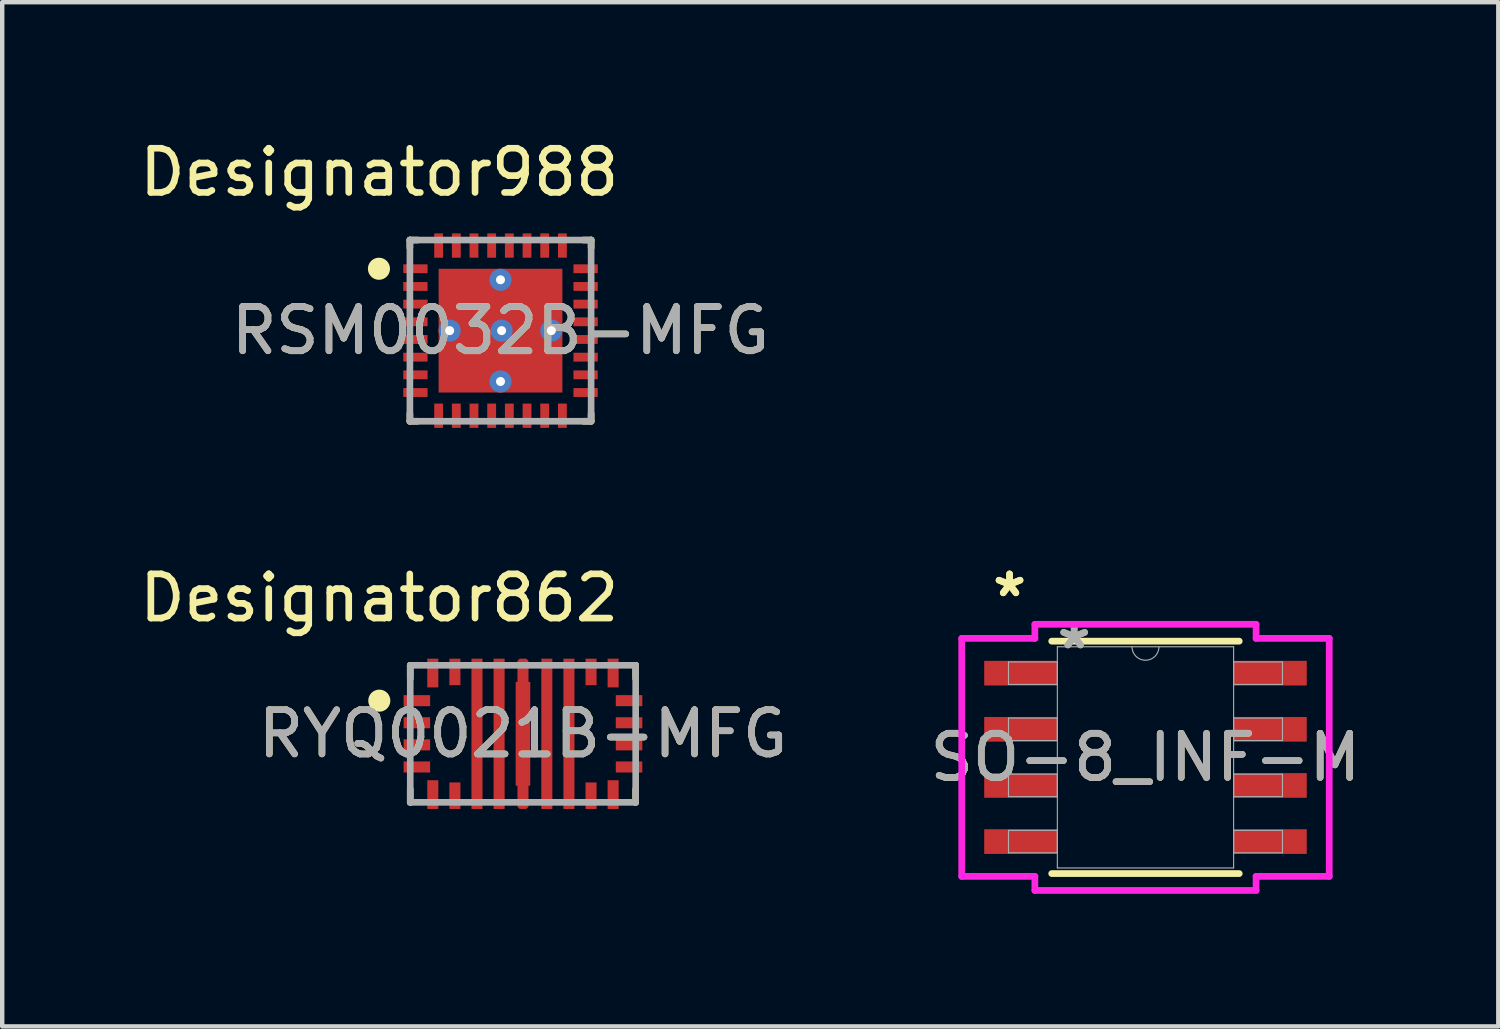
<source format=kicad_pcb>
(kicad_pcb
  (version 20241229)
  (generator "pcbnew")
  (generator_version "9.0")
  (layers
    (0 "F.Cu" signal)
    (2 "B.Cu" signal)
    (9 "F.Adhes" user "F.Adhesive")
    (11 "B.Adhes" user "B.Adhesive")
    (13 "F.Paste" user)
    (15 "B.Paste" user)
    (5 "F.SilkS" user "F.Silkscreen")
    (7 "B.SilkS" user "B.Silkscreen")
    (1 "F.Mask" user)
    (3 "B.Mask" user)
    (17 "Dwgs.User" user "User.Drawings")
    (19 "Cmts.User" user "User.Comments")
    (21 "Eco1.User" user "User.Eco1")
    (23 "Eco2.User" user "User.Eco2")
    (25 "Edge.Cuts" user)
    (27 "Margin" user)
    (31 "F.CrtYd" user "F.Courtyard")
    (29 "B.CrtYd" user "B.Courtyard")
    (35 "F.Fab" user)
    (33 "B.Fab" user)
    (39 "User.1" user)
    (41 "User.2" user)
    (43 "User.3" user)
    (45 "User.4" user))
  (footprint "SO-8_INF-M"
    (layer "F.Cu")
    (at 22.864 14.084)
    (property "Reference" "SO-8_INF-M" (at 0 0 0) (unlocked yes) (layer "F.SilkS") (effects (font (size 1 1) (thickness 0.15))))
    (attr smd)
    (fp_line (start -2.121 2.629) (end 2.121 2.629) (stroke (width 0.152) (type solid)) (layer "F.SilkS"))
    (fp_line (start 2.121 -2.629) (end -2.121 -2.629) (stroke (width 0.152) (type solid)) (layer "F.SilkS"))
    (fp_line (start -4.157 -2.692) (end -2.502 -2.692) (stroke (width 0.152) (type solid)) (layer "F.CrtYd"))
    (fp_line (start -4.157 2.692) (end -4.157 -2.692) (stroke (width 0.152) (type solid)) (layer "F.CrtYd"))
    (fp_line (start -4.157 2.692) (end -2.502 2.692) (stroke (width 0.152) (type solid)) (layer "F.CrtYd"))
    (fp_line (start -2.502 -3.01) (end 2.502 -3.01) (stroke (width 0.152) (type solid)) (layer "F.CrtYd"))
    (fp_line (start -2.502 -2.692) (end -2.502 -3.01) (stroke (width 0.152) (type solid)) (layer "F.CrtYd"))
    (fp_line (start -2.502 3.01) (end -2.502 2.692) (stroke (width 0.152) (type solid)) (layer "F.CrtYd"))
    (fp_line (start 2.502 -3.01) (end 2.502 -2.692) (stroke (width 0.152) (type solid)) (layer "F.CrtYd"))
    (fp_line (start 2.502 2.692) (end 2.502 3.01) (stroke (width 0.152) (type solid)) (layer "F.CrtYd"))
    (fp_line (start 2.502 3.01) (end -2.502 3.01) (stroke (width 0.152) (type solid)) (layer "F.CrtYd"))
    (fp_line (start 4.157 -2.692) (end 2.502 -2.692) (stroke (width 0.152) (type solid)) (layer "F.CrtYd"))
    (fp_line (start 4.157 -2.692) (end 4.157 2.692) (stroke (width 0.152) (type solid)) (layer "F.CrtYd"))
    (fp_line (start 4.157 2.692) (end 2.502 2.692) (stroke (width 0.152) (type solid)) (layer "F.CrtYd"))
    (fp_line (start -3.099 -2.159) (end -3.099 -1.651) (stroke (width 0.025) (type solid)) (layer "F.Fab"))
    (fp_line (start -3.099 -1.651) (end -1.994 -1.651) (stroke (width 0.025) (type solid)) (layer "F.Fab"))
    (fp_line (start -3.099 -0.889) (end -3.099 -0.381) (stroke (width 0.025) (type solid)) (layer "F.Fab"))
    (fp_line (start -3.099 -0.381) (end -1.994 -0.381) (stroke (width 0.025) (type solid)) (layer "F.Fab"))
    (fp_line (start -3.099 0.381) (end -3.099 0.889) (stroke (width 0.025) (type solid)) (layer "F.Fab"))
    (fp_line (start -3.099 0.889) (end -1.994 0.889) (stroke (width 0.025) (type solid)) (layer "F.Fab"))
    (fp_line (start -3.099 1.651) (end -3.099 2.159) (stroke (width 0.025) (type solid)) (layer "F.Fab"))
    (fp_line (start -3.099 2.159) (end -1.994 2.159) (stroke (width 0.025) (type solid)) (layer "F.Fab"))
    (fp_line (start -1.994 -2.502) (end -1.994 2.502) (stroke (width 0.025) (type solid)) (layer "F.Fab"))
    (fp_line (start -1.994 -2.159) (end -3.099 -2.159) (stroke (width 0.025) (type solid)) (layer "F.Fab"))
    (fp_line (start -1.994 -1.651) (end -1.994 -2.159) (stroke (width 0.025) (type solid)) (layer "F.Fab"))
    (fp_line (start -1.994 -0.889) (end -3.099 -0.889) (stroke (width 0.025) (type solid)) (layer "F.Fab"))
    (fp_line (start -1.994 -0.381) (end -1.994 -0.889) (stroke (width 0.025) (type solid)) (layer "F.Fab"))
    (fp_line (start -1.994 0.381) (end -3.099 0.381) (stroke (width 0.025) (type solid)) (layer "F.Fab"))
    (fp_line (start -1.994 0.889) (end -1.994 0.381) (stroke (width 0.025) (type solid)) (layer "F.Fab"))
    (fp_line (start -1.994 1.651) (end -3.099 1.651) (stroke (width 0.025) (type solid)) (layer "F.Fab"))
    (fp_line (start -1.994 2.159) (end -1.994 1.651) (stroke (width 0.025) (type solid)) (layer "F.Fab"))
    (fp_line (start -1.994 2.502) (end 1.994 2.502) (stroke (width 0.025) (type solid)) (layer "F.Fab"))
    (fp_line (start 1.994 -2.502) (end -1.994 -2.502) (stroke (width 0.025) (type solid)) (layer "F.Fab"))
    (fp_line (start 1.994 -2.159) (end 1.994 -1.651) (stroke (width 0.025) (type solid)) (layer "F.Fab"))
    (fp_line (start 1.994 -1.651) (end 3.099 -1.651) (stroke (width 0.025) (type solid)) (layer "F.Fab"))
    (fp_line (start 1.994 -0.889) (end 1.994 -0.381) (stroke (width 0.025) (type solid)) (layer "F.Fab"))
    (fp_line (start 1.994 -0.381) (end 3.099 -0.381) (stroke (width 0.025) (type solid)) (layer "F.Fab"))
    (fp_line (start 1.994 0.381) (end 1.994 0.889) (stroke (width 0.025) (type solid)) (layer "F.Fab"))
    (fp_line (start 1.994 0.889) (end 3.099 0.889) (stroke (width 0.025) (type solid)) (layer "F.Fab"))
    (fp_line (start 1.994 1.651) (end 1.994 2.159) (stroke (width 0.025) (type solid)) (layer "F.Fab"))
    (fp_line (start 1.994 2.159) (end 3.099 2.159) (stroke (width 0.025) (type solid)) (layer "F.Fab"))
    (fp_line (start 1.994 2.502) (end 1.994 -2.502) (stroke (width 0.025) (type solid)) (layer "F.Fab"))
    (fp_line (start 3.099 -2.159) (end 1.994 -2.159) (stroke (width 0.025) (type solid)) (layer "F.Fab"))
    (fp_line (start 3.099 -1.651) (end 3.099 -2.159) (stroke (width 0.025) (type solid)) (layer "F.Fab"))
    (fp_line (start 3.099 -0.889) (end 1.994 -0.889) (stroke (width 0.025) (type solid)) (layer "F.Fab"))
    (fp_line (start 3.099 -0.381) (end 3.099 -0.889) (stroke (width 0.025) (type solid)) (layer "F.Fab"))
    (fp_line (start 3.099 0.381) (end 1.994 0.381) (stroke (width 0.025) (type solid)) (layer "F.Fab"))
    (fp_line (start 3.099 0.889) (end 3.099 0.381) (stroke (width 0.025) (type solid)) (layer "F.Fab"))
    (fp_line (start 3.099 1.651) (end 1.994 1.651) (stroke (width 0.025) (type solid)) (layer "F.Fab"))
    (fp_line (start 3.099 2.159) (end 3.099 1.651) (stroke (width 0.025) (type solid)) (layer "F.Fab"))
    (fp_arc (start 0.3048 -2.5019) (mid 0 -2.1971) (end -0.3048 -2.5019) (stroke (width 0.0254) (type solid)) (layer "F.Fab"))
    (fp_text user "*" (at -3.075 -3.606 0) (layer "F.SilkS") (effects (font (size 1 1) (thickness 0.15))))
    (fp_text user "*" (at -3.075 -3.606 0) (unlocked yes) (layer "F.SilkS") (effects (font (size 1 1) (thickness 0.15))))
    (fp_text user "${REFERENCE}" (at 0 0 0) (unlocked yes) (layer "F.Fab") (effects (font (size 1 1) (thickness 0.15))))
    (fp_text user "*" (at -1.613 -2.426 0) (layer "F.Fab") (effects (font (size 1 1) (thickness 0.15))))
    (fp_text user "*" (at -1.613 -2.426 0) (unlocked yes) (layer "F.Fab") (effects (font (size 1 1) (thickness 0.15))))
    (pad "1" smd rect (at -2.821 -1.905) (size 1.655 0.558) (layers "F.Cu" "F.Mask" "F.Paste"))
    (pad "2" smd rect (at -2.821 -0.635) (size 1.655 0.558) (layers "F.Cu" "F.Mask" "F.Paste"))
    (pad "3" smd rect (at -2.821 0.635) (size 1.655 0.558) (layers "F.Cu" "F.Mask" "F.Paste"))
    (pad "4" smd rect (at -2.821 1.905) (size 1.655 0.558) (layers "F.Cu" "F.Mask" "F.Paste"))
    (pad "5" smd rect (at 2.821 1.905) (size 1.655 0.558) (layers "F.Cu" "F.Mask" "F.Paste"))
    (pad "6" smd rect (at 2.821 0.635) (size 1.655 0.558) (layers "F.Cu" "F.Mask" "F.Paste"))
    (pad "7" smd rect (at 2.821 -0.635) (size 1.655 0.558) (layers "F.Cu" "F.Mask" "F.Paste"))
    (pad "8" smd rect (at 2.821 -1.905) (size 1.655 0.558) (layers "F.Cu" "F.Mask" "F.Paste")))
  (footprint "RYQ0021B-MFG"
    (layer "F.Cu")
    (at 8.781 13.551)
    (property "Reference" "RYQ0021B-MFG" (at 0 0 0) (unlocked yes) (layer "F.SilkS") (effects (font (size 1 1) (thickness 0.15))))
    (attr smd)
    (fp_poly (pts (xy -0.125 1.65) (xy -0.125 1.175) (xy -0.165 1.175) (xy -0.165 -1.175) (xy -0.125 -1.175) (xy -0.125 -1.65) (xy -0.075 -1.7) (xy 0.075 -1.7) (xy 0.125 -1.65) (xy 0.125 -1.175) (xy 0.165 -1.175) (xy 0.165 1.175) (xy 0.125 1.175) (xy 0.125 1.65) (xy 0.075 1.7) (xy -0.075 1.7) (xy -0.125 1.65)) (stroke (width 0) (type solid)) (fill yes) (layer "F.Cu"))
    (fp_poly (pts (xy -0.125 1.65) (xy -0.125 1.175) (xy -0.165 1.175) (xy -0.165 -1.175) (xy -0.125 -1.175) (xy -0.125 -1.65) (xy -0.075 -1.7) (xy 0.075 -1.7) (xy 0.125 -1.65) (xy 0.125 -1.175) (xy 0.165 -1.175) (xy 0.165 1.175) (xy 0.125 1.175) (xy 0.125 1.65) (xy 0.075 1.7) (xy -0.075 1.7) (xy -0.125 1.65)) (stroke (width 0) (type solid)) (fill yes) (layer "F.Mask"))
    (fp_line (start -2.55 -1.55) (end -2.54 -1.55) (stroke (width 0.15) (type solid)) (layer "F.SilkS"))
    (fp_line (start -2.55 -1.25) (end -2.55 -1.55) (stroke (width 0.15) (type solid)) (layer "F.SilkS"))
    (fp_line (start -2.55 1.55) (end -2.55 1.25) (stroke (width 0.15) (type solid)) (layer "F.SilkS"))
    (fp_line (start -2.55 1.55) (end -2.54 1.55) (stroke (width 0.15) (type solid)) (layer "F.SilkS"))
    (fp_line (start 2.54 -1.55) (end 2.55 -1.55) (stroke (width 0.15) (type solid)) (layer "F.SilkS"))
    (fp_line (start 2.54 1.55) (end 2.55 1.55) (stroke (width 0.15) (type solid)) (layer "F.SilkS"))
    (fp_line (start 2.55 -1.25) (end 2.55 -1.55) (stroke (width 0.15) (type solid)) (layer "F.SilkS"))
    (fp_line (start 2.55 1.55) (end 2.55 1.25) (stroke (width 0.15) (type solid)) (layer "F.SilkS"))
    (fp_circle (center -3.25 -0.75) (end -3.125 -0.75) (stroke (width 0.25) (type solid)) (fill no) (layer "F.SilkS"))
    (fp_poly (pts (xy -0.965 -0.7) (xy -1.115 -0.7) (xy -1.165 -0.75) (xy -1.165 -1.65) (xy -1.115 -1.7) (xy -0.965 -1.7) (xy -0.915 -1.65) (xy -0.915 -0.75)) (stroke (width 0) (type solid)) (fill yes) (layer "F.Paste"))
    (fp_poly (pts (xy -0.965 -0.5) (xy -0.915 -0.45) (xy -0.915 0.45) (xy -0.965 0.5) (xy -1.115 0.5) (xy -1.165 0.45) (xy -1.165 -0.45) (xy -1.115 -0.5)) (stroke (width 0) (type solid)) (fill yes) (layer "F.Paste"))
    (fp_poly (pts (xy -0.915 1.65) (xy -0.965 1.7) (xy -1.115 1.7) (xy -1.165 1.65) (xy -1.165 0.75) (xy -1.115 0.7) (xy -0.965 0.7) (xy -0.915 0.75)) (stroke (width 0) (type solid)) (fill yes) (layer "F.Paste"))
    (fp_poly (pts (xy -0.665 -0.45) (xy -0.615 -0.5) (xy -0.465 -0.5) (xy -0.415 -0.45) (xy -0.415 0.45) (xy -0.465 0.5) (xy -0.615 0.5) (xy -0.665 0.45)) (stroke (width 0) (type solid)) (fill yes) (layer "F.Paste"))
    (fp_poly (pts (xy -0.465 -0.7) (xy -0.615 -0.7) (xy -0.665 -0.75) (xy -0.665 -1.65) (xy -0.615 -1.7) (xy -0.465 -1.7) (xy -0.415 -1.65) (xy -0.415 -0.75)) (stroke (width 0) (type solid)) (fill yes) (layer "F.Paste"))
    (fp_poly (pts (xy -0.415 0.75) (xy -0.415 1.65) (xy -0.465 1.7) (xy -0.615 1.7) (xy -0.665 1.65) (xy -0.665 0.75) (xy -0.615 0.7) (xy -0.465 0.7)) (stroke (width 0) (type solid)) (fill yes) (layer "F.Paste"))
    (fp_poly (pts (xy -0.125 0.75) (xy -0.075 0.7) (xy 0.075 0.7) (xy 0.125 0.75) (xy 0.125 1.65) (xy 0.075 1.7) (xy -0.075 1.7) (xy -0.125 1.65)) (stroke (width 0) (type solid)) (fill yes) (layer "F.Paste"))
    (fp_poly (pts (xy 0.075 -0.7) (xy -0.075 -0.7) (xy -0.125 -0.75) (xy -0.125 -1.65) (xy -0.075 -1.7) (xy 0.075 -1.7) (xy 0.125 -1.65) (xy 0.125 -0.75)) (stroke (width 0) (type solid)) (fill yes) (layer "F.Paste"))
    (fp_poly (pts (xy 0.165 -0.45) (xy 0.165 0.45) (xy 0.115 0.5) (xy -0.115 0.5) (xy -0.165 0.45) (xy -0.165 -0.45) (xy -0.115 -0.5) (xy 0.115 -0.5)) (stroke (width 0) (type solid)) (fill yes) (layer "F.Paste"))
    (fp_poly (pts (xy 0.465 -0.5) (xy 0.615 -0.5) (xy 0.665 -0.45) (xy 0.665 0.45) (xy 0.615 0.5) (xy 0.465 0.5) (xy 0.415 0.45) (xy 0.415 -0.45)) (stroke (width 0) (type solid)) (fill yes) (layer "F.Paste"))
    (fp_poly (pts (xy 0.665 -1.65) (xy 0.665 -0.75) (xy 0.615 -0.7) (xy 0.465 -0.7) (xy 0.415 -0.75) (xy 0.415 -1.65) (xy 0.465 -1.7) (xy 0.615 -1.7)) (stroke (width 0) (type solid)) (fill yes) (layer "F.Paste"))
    (fp_poly (pts (xy 0.665 0.75) (xy 0.665 1.65) (xy 0.615 1.7) (xy 0.465 1.7) (xy 0.415 1.65) (xy 0.415 0.75) (xy 0.465 0.7) (xy 0.615 0.7)) (stroke (width 0) (type solid)) (fill yes) (layer "F.Paste"))
    (fp_poly (pts (xy 0.965 -0.7) (xy 0.915 -0.75) (xy 0.915 -1.65) (xy 0.965 -1.7) (xy 1.115 -1.7) (xy 1.165 -1.65) (xy 1.165 -0.75) (xy 1.115 -0.7)) (stroke (width 0) (type solid)) (fill yes) (layer "F.Paste"))
    (fp_poly (pts (xy 0.965 0.5) (xy 0.915 0.45) (xy 0.915 -0.45) (xy 0.965 -0.5) (xy 1.115 -0.5) (xy 1.165 -0.45) (xy 1.165 0.45) (xy 1.115 0.5)) (stroke (width 0) (type solid)) (fill yes) (layer "F.Paste"))
    (fp_poly (pts (xy 1.165 1.65) (xy 1.115 1.7) (xy 0.965 1.7) (xy 0.915 1.65) (xy 0.915 0.75) (xy 0.965 0.7) (xy 1.115 0.7) (xy 1.165 0.75)) (stroke (width 0) (type solid)) (fill yes) (layer "F.Paste"))
    (fp_line (start -2.55 -1.55) (end 2.55 -1.55) (stroke (width 0.15) (type solid)) (layer "F.Fab"))
    (fp_line (start -2.55 1.55) (end -2.55 -1.55) (stroke (width 0.15) (type solid)) (layer "F.Fab"))
    (fp_line (start -2.55 1.55) (end 2.55 1.55) (stroke (width 0.15) (type solid)) (layer "F.Fab"))
    (fp_line (start 2.55 1.55) (end 2.55 -1.55) (stroke (width 0.15) (type solid)) (layer "F.Fab"))
    (fp_text user "Designator862" (at -3.251 -3.073 0) (unlocked yes) (layer "F.SilkS") (effects (font (size 1 1) (thickness 0.15))))
    (fp_text user "${REFERENCE}" (at 0 0 0) (unlocked yes) (layer "F.Fab") (effects (font (size 1 1) (thickness 0.15))))
    (pad "1" smd rect (at -2.4 -0.75 90) (size 0.25 0.6) (layers "F.Cu" "F.Mask" "F.Paste"))
    (pad "2" smd rect (at -2.4 -0.25 90) (size 0.25 0.6) (layers "F.Cu" "F.Mask" "F.Paste"))
    (pad "3" smd rect (at -2.4 0.25 90) (size 0.25 0.6) (layers "F.Cu" "F.Mask" "F.Paste"))
    (pad "4" smd rect (at -2.4 0.75 90) (size 0.25 0.6) (layers "F.Cu" "F.Mask" "F.Paste"))
    (pad "5" smd rect (at -2.04 1.375) (size 0.25 0.65) (layers "F.Cu" "F.Mask" "F.Paste"))
    (pad "6" smd rect (at -1.54 1.4) (size 0.25 0.6) (layers "F.Cu" "F.Mask" "F.Paste"))
    (pad "7" smd rect (at -1.04 0) (size 0.25 3.4) (layers "F.Cu" "F.Mask"))
    (pad "8" smd rect (at -0.54 0) (size 0.25 3.4) (layers "F.Cu" "F.Mask"))
    (pad "9" smd circle (at 0 0) (size 0.297 0.297) (layers "F.Cu" "F.Mask"))
    (pad "10" smd rect (at 0.54 0) (size 0.25 3.4) (layers "F.Cu" "F.Mask"))
    (pad "11" smd rect (at 1.04 0) (size 0.25 3.4) (layers "F.Cu" "F.Mask"))
    (pad "12" smd rect (at 1.54 1.4) (size 0.25 0.6) (layers "F.Cu" "F.Mask" "F.Paste"))
    (pad "13" smd rect (at 2.04 1.375) (size 0.25 0.65) (layers "F.Cu" "F.Mask" "F.Paste"))
    (pad "14" smd rect (at 2.4 0.75 90) (size 0.25 0.6) (layers "F.Cu" "F.Mask" "F.Paste"))
    (pad "15" smd rect (at 2.4 0.25 90) (size 0.25 0.6) (layers "F.Cu" "F.Mask" "F.Paste"))
    (pad "16" smd rect (at 2.4 -0.25 90) (size 0.25 0.6) (layers "F.Cu" "F.Mask" "F.Paste"))
    (pad "17" smd rect (at 2.4 -0.75 90) (size 0.25 0.6) (layers "F.Cu" "F.Mask" "F.Paste"))
    (pad "18" smd rect (at 2.04 -1.375) (size 0.25 0.65) (layers "F.Cu" "F.Mask" "F.Paste"))
    (pad "19" smd rect (at 1.54 -1.4) (size 0.25 0.6) (layers "F.Cu" "F.Mask" "F.Paste"))
    (pad "20" smd rect (at -1.54 -1.4) (size 0.25 0.6) (layers "F.Cu" "F.Mask" "F.Paste"))
    (pad "21" smd rect (at -2.04 -1.375) (size 0.25 0.65) (layers "F.Cu" "F.Mask" "F.Paste")))
  (footprint "RSM0032B-MFG"
    (layer "F.Cu")
    (at 8.273 4.43)
    (property "Reference" "RSM0032B-MFG" (at 0 0 0) (unlocked yes) (layer "F.SilkS") (effects (font (size 1 1) (thickness 0.15))))
    (attr smd)
    (fp_line (start -2.05 -2.05) (end -1.875 -2.05) (stroke (width 0.15) (type solid)) (layer "F.SilkS"))
    (fp_line (start -2.05 -1.875) (end -2.05 -2.05) (stroke (width 0.15) (type solid)) (layer "F.SilkS"))
    (fp_line (start -2.05 2.05) (end -2.05 1.875) (stroke (width 0.15) (type solid)) (layer "F.SilkS"))
    (fp_line (start -2.05 2.05) (end -1.875 2.05) (stroke (width 0.15) (type solid)) (layer "F.SilkS"))
    (fp_line (start 1.875 -2.05) (end 2.05 -2.05) (stroke (width 0.15) (type solid)) (layer "F.SilkS"))
    (fp_line (start 1.875 2.05) (end 2.05 2.05) (stroke (width 0.15) (type solid)) (layer "F.SilkS"))
    (fp_line (start 2.05 -1.875) (end 2.05 -2.05) (stroke (width 0.15) (type solid)) (layer "F.SilkS"))
    (fp_line (start 2.05 2.05) (end 2.05 1.875) (stroke (width 0.15) (type solid)) (layer "F.SilkS"))
    (fp_circle (center -2.75 -1.4) (end -2.625 -1.4) (stroke (width 0.25) (type solid)) (fill no) (layer "F.SilkS"))
    (fp_poly (pts (xy -1.28 1.33) (xy -1.33 1.28) (xy -1.33 0.15) (xy -1.28 0.1) (xy -0.15 0.1) (xy -0.1 0.15) (xy -0.1 1.28) (xy -0.15 1.33)) (stroke (width 0) (type solid)) (fill yes) (layer "F.Paste"))
    (fp_poly (pts (xy -0.1 -0.15) (xy -0.15 -0.1) (xy -1.28 -0.1) (xy -1.33 -0.15) (xy -1.33 -1.28) (xy -1.28 -1.33) (xy -0.15 -1.33) (xy -0.1 -1.28)) (stroke (width 0) (type solid)) (fill yes) (layer "F.Paste"))
    (fp_poly (pts (xy 0.1 -0.15) (xy 0.1 -1.28) (xy 0.15 -1.33) (xy 1.28 -1.33) (xy 1.33 -1.28) (xy 1.33 -0.15) (xy 1.28 -0.1) (xy 0.15 -0.1)) (stroke (width 0) (type solid)) (fill yes) (layer "F.Paste"))
    (fp_poly (pts (xy 1.33 0.15) (xy 1.33 1.28) (xy 1.28 1.33) (xy 0.15 1.33) (xy 0.1 1.28) (xy 0.1 0.15) (xy 0.15 0.1) (xy 1.28 0.1)) (stroke (width 0) (type solid)) (fill yes) (layer "F.Paste"))
    (fp_line (start -2.05 -2.05) (end 2.05 -2.05) (stroke (width 0.15) (type solid)) (layer "F.Fab"))
    (fp_line (start -2.05 2.05) (end -2.05 -2.05) (stroke (width 0.15) (type solid)) (layer "F.Fab"))
    (fp_line (start -2.05 2.05) (end 2.05 2.05) (stroke (width 0.15) (type solid)) (layer "F.Fab"))
    (fp_line (start 2.05 2.05) (end 2.05 -2.05) (stroke (width 0.15) (type solid)) (layer "F.Fab"))
    (fp_text user "Designator988" (at -2.743 -3.581 0) (unlocked yes) (layer "F.SilkS") (effects (font (size 1 1) (thickness 0.15))))
    (fp_text user "${REFERENCE}" (at 0 0 0) (unlocked yes) (layer "F.Fab") (effects (font (size 1 1) (thickness 0.15))))
    (pad "1" smd rect (at -1.925 -1.4 90) (size 0.2 0.55) (layers "F.Cu" "F.Mask" "F.Paste"))
    (pad "2" smd rect (at -1.925 -1 90) (size 0.2 0.55) (layers "F.Cu" "F.Mask" "F.Paste"))
    (pad "3" smd rect (at -1.925 -0.6 90) (size 0.2 0.55) (layers "F.Cu" "F.Mask" "F.Paste"))
    (pad "4" smd rect (at -1.925 -0.2 90) (size 0.2 0.55) (layers "F.Cu" "F.Mask" "F.Paste"))
    (pad "5" smd rect (at -1.925 0.2 90) (size 0.2 0.55) (layers "F.Cu" "F.Mask" "F.Paste"))
    (pad "6" smd rect (at -1.925 0.6 90) (size 0.2 0.55) (layers "F.Cu" "F.Mask" "F.Paste"))
    (pad "7" smd rect (at -1.925 1 90) (size 0.2 0.55) (layers "F.Cu" "F.Mask" "F.Paste"))
    (pad "8" smd rect (at -1.925 1.4 90) (size 0.2 0.55) (layers "F.Cu" "F.Mask" "F.Paste"))
    (pad "9" smd rect (at -1.4 1.925) (size 0.2 0.55) (layers "F.Cu" "F.Mask" "F.Paste"))
    (pad "10" smd rect (at -1 1.925) (size 0.2 0.55) (layers "F.Cu" "F.Mask" "F.Paste"))
    (pad "11" smd rect (at -0.6 1.925) (size 0.2 0.55) (layers "F.Cu" "F.Mask" "F.Paste"))
    (pad "12" smd rect (at -0.2 1.925) (size 0.2 0.55) (layers "F.Cu" "F.Mask" "F.Paste"))
    (pad "13" smd rect (at 0.2 1.925) (size 0.2 0.55) (layers "F.Cu" "F.Mask" "F.Paste"))
    (pad "14" smd rect (at 0.6 1.925) (size 0.2 0.55) (layers "F.Cu" "F.Mask" "F.Paste"))
    (pad "15" smd rect (at 1 1.925) (size 0.2 0.55) (layers "F.Cu" "F.Mask" "F.Paste"))
    (pad "16" smd rect (at 1.4 1.925) (size 0.2 0.55) (layers "F.Cu" "F.Mask" "F.Paste"))
    (pad "17" smd rect (at 1.925 1.4 90) (size 0.2 0.55) (layers "F.Cu" "F.Mask" "F.Paste"))
    (pad "18" smd rect (at 1.925 1 90) (size 0.2 0.55) (layers "F.Cu" "F.Mask" "F.Paste"))
    (pad "19" smd rect (at 1.925 0.6 90) (size 0.2 0.55) (layers "F.Cu" "F.Mask" "F.Paste"))
    (pad "20" smd rect (at 1.925 0.2 90) (size 0.2 0.55) (layers "F.Cu" "F.Mask" "F.Paste"))
    (pad "21" smd rect (at 1.925 -0.2 90) (size 0.2 0.55) (layers "F.Cu" "F.Mask" "F.Paste"))
    (pad "22" smd rect (at 1.925 -0.6 90) (size 0.2 0.55) (layers "F.Cu" "F.Mask" "F.Paste"))
    (pad "23" smd rect (at 1.925 -1 90) (size 0.2 0.55) (layers "F.Cu" "F.Mask" "F.Paste"))
    (pad "24" smd rect (at 1.925 -1.4 90) (size 0.2 0.55) (layers "F.Cu" "F.Mask" "F.Paste"))
    (pad "25" smd rect (at 1.4 -1.925) (size 0.2 0.55) (layers "F.Cu" "F.Mask" "F.Paste"))
    (pad "26" smd rect (at 1 -1.925) (size 0.2 0.55) (layers "F.Cu" "F.Mask" "F.Paste"))
    (pad "27" smd rect (at 0.6 -1.925) (size 0.2 0.55) (layers "F.Cu" "F.Mask" "F.Paste"))
    (pad "28" smd rect (at 0.2 -1.925) (size 0.2 0.55) (layers "F.Cu" "F.Mask" "F.Paste"))
    (pad "29" smd rect (at -0.2 -1.925) (size 0.2 0.55) (layers "F.Cu" "F.Mask" "F.Paste"))
    (pad "30" smd rect (at -0.6 -1.925) (size 0.2 0.55) (layers "F.Cu" "F.Mask" "F.Paste"))
    (pad "31" smd rect (at -1 -1.925) (size 0.2 0.55) (layers "F.Cu" "F.Mask" "F.Paste"))
    (pad "32" smd rect (at -1.4 -1.925) (size 0.2 0.55) (layers "F.Cu" "F.Mask" "F.Paste"))
    (pad "33" smd rect (at 0 0) (size 2.8 2.8) (layers "F.Cu" "F.Mask"))
    (pad "34" thru_hole circle (at 0 1.15) (size 0.5 0.5) (drill 0.203) (layers "*.Cu" "*.Mask"))
    (pad "35" thru_hole circle (at 0 -1.15) (size 0.5 0.5) (drill 0.203) (layers "*.Cu" "*.Mask"))
    (pad "36" thru_hole circle (at 1.15 0) (size 0.5 0.5) (drill 0.203) (layers "*.Cu" "*.Mask"))
    (pad "37" thru_hole circle (at 0.025 0) (size 0.5 0.5) (drill 0.203) (layers "*.Cu" "*.Mask"))
    (pad "38" thru_hole circle (at -1.15 0) (size 0.5 0.5) (drill 0.203) (layers "*.Cu" "*.Mask")))
  (gr_rect
    (start -3 -3)
    (end 30.846 20.17)
    (stroke (width 0.1) (type default))
    (fill no)
    (layer "Edge.Cuts")))
</source>
